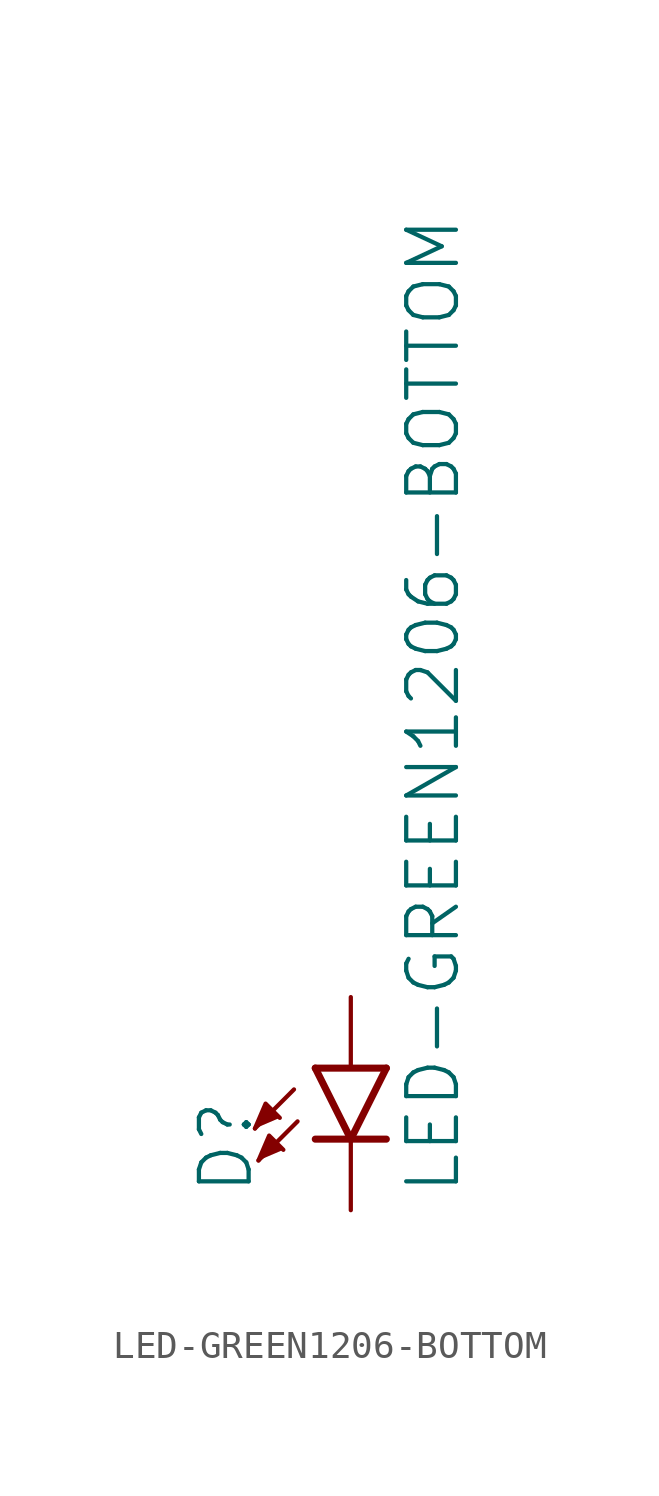
<source format=kicad_sym>
(kicad_symbol_lib
  (version 20211014)
  (generator kicad_symbol_editor)
  (symbol "LED-GREEN1206-BOTTOM"
    (property "Reference" "D"
      (at -3.429 -4.572 90)
      (effects (font (size 1.778 1.778)) (justify left bottom)))
    (property "Value" "LED-GREEN1206-BOTTOM"
      (at 1.905 -4.572 90)
      (effects (font (size 1.778 1.778)) (justify left top)))
    (property "ki_locked" ""
      (at 0 0 0)
      (effects (font (size 1.27 1.27))))
    (symbol "LED-GREEN1206-BOTTOM_1_0"
      (polyline (pts (xy -2.032 -0.762) (xy -3.429 -2.159)) (stroke (width 0.152) (type default) (color 0 0 0 0)) (fill (type none)))
      (polyline (pts (xy -1.905 -1.905) (xy -3.302 -3.302)) (stroke (width 0.152) (type default) (color 0 0 0 0)) (fill (type none)))
      (polyline (pts (xy 0 -2.54) (xy -1.27 -2.54)) (stroke (width 0.254) (type default) (color 0 0 0 0)) (fill (type none)))
      (polyline (pts (xy 0 -2.54) (xy -1.27 0)) (stroke (width 0.254) (type default) (color 0 0 0 0)) (fill (type none)))
      (polyline (pts (xy 1.27 -2.54) (xy 0 -2.54)) (stroke (width 0.254) (type default) (color 0 0 0 0)) (fill (type none)))
      (polyline (pts (xy 1.27 0) (xy -1.27 0)) (stroke (width 0.254) (type default) (color 0 0 0 0)) (fill (type none)))
      (polyline (pts (xy 1.27 0) (xy 0 -2.54)) (stroke (width 0.254) (type default) (color 0 0 0 0)) (fill (type none)))
      (polyline (pts (xy -3.429 -2.159) (xy -3.048 -1.27) (xy -2.54 -1.778)) (stroke (width 0) (type default) (color 0 0 0 0)) (fill (type outline)))
      (polyline (pts (xy -3.302 -3.302) (xy -2.921 -2.413) (xy -2.413 -2.921)) (stroke (width 0) (type default) (color 0 0 0 0)) (fill (type outline)))
      (pin passive line (at 0 2.54 270) (length 2.54) (name "A" (effects (font (size 0 0)))) (number "A" (effects (font (size 0 0)))))
      (pin passive line (at 0 -5.08 90) (length 2.54) (name "C" (effects (font (size 0 0)))) (number "C" (effects (font (size 0 0))))))))
</source>
